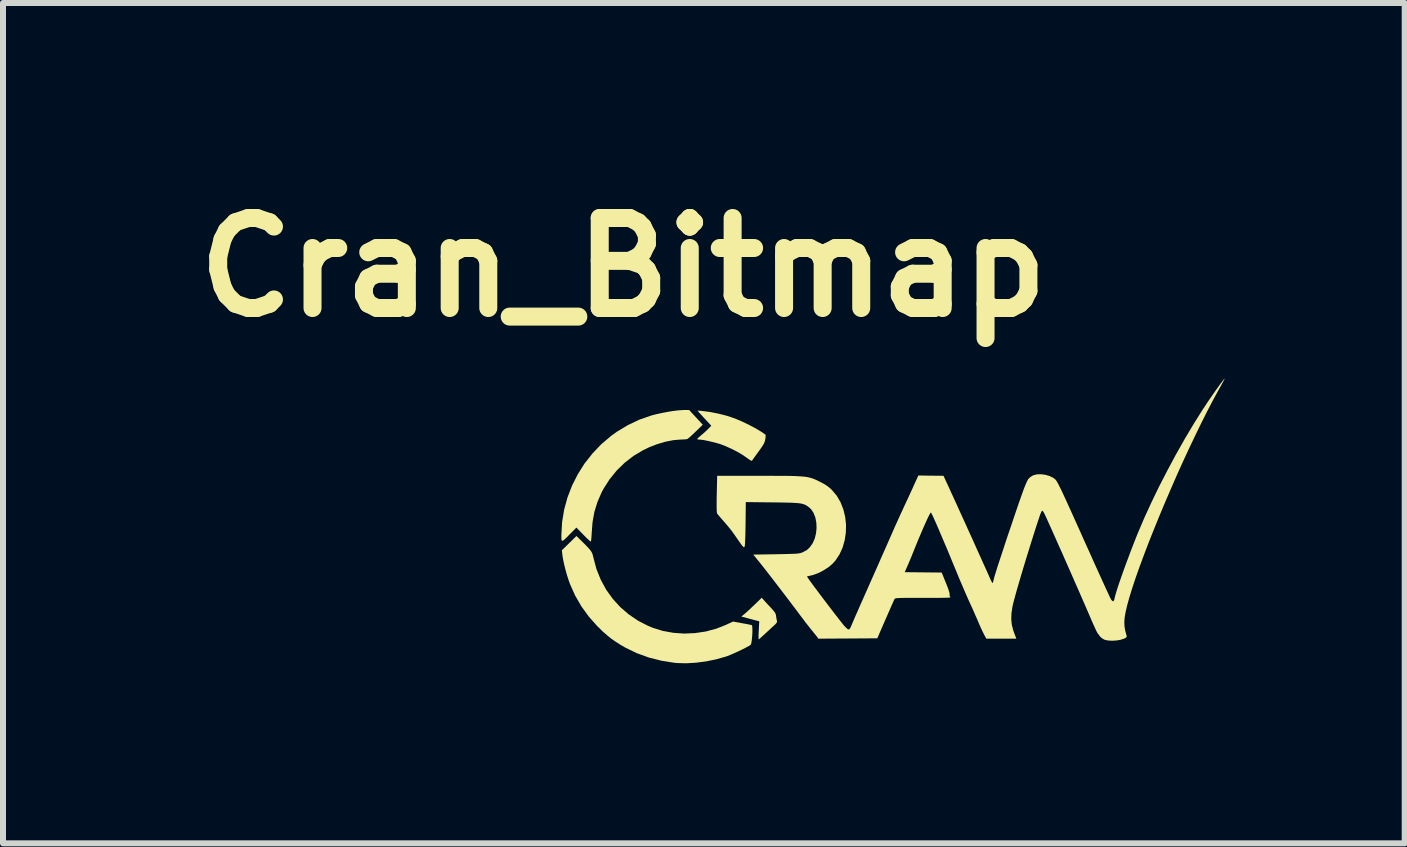
<source format=kicad_pcb>
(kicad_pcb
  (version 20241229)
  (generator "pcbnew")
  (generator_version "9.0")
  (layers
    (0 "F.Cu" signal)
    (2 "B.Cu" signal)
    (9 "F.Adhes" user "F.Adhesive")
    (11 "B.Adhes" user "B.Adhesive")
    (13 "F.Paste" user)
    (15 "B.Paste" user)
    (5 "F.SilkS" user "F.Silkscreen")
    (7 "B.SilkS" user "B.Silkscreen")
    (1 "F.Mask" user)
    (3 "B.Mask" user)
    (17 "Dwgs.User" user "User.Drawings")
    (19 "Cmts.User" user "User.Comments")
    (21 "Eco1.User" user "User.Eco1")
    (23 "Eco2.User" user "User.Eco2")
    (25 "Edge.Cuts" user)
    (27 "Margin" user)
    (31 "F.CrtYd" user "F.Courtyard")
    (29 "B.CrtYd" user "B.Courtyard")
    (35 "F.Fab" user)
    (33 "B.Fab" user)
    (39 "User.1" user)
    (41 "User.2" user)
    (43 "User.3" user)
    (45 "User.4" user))
  (footprint "Cran_Bitmap"
    (layer "F.Cu")
    (at 11.836 5.904)
    (property "Reference" "Cran_Bitmap" (at -4.5 -4.5 0) (layer "F.SilkS") (effects (font (size 1.5 1.5) (thickness 0.3))))
    (attr board_only exclude_from_pos_files exclude_from_bom)
    (fp_poly (pts (xy -2.143 1.063) (xy -2.109 1.1) (xy -2.067 1.145) (xy -2.027 1.188) (xy -2.026 1.19) (xy -1.991 1.229) (xy -1.97 1.258) (xy -1.959 1.285) (xy -1.954 1.313) (xy -1.949 1.351) (xy -1.942 1.384) (xy -1.94 1.391) (xy -1.939 1.408) (xy -1.947 1.426) (xy -1.97 1.451) (xy -1.994 1.473) (xy -2.031 1.507) (xy -2.077 1.55) (xy -2.125 1.594) (xy -2.147 1.615) (xy -2.185 1.649) (xy -2.216 1.677) (xy -2.237 1.695) (xy -2.244 1.7) (xy -2.246 1.689) (xy -2.246 1.659) (xy -2.246 1.614) (xy -2.243 1.559) (xy -2.243 1.549) (xy -2.235 1.399) (xy -2.385 1.359) (xy -2.534 1.319) (xy -2.483 1.278) (xy -2.455 1.254) (xy -2.416 1.219) (xy -2.37 1.176) (xy -2.322 1.13) (xy -2.313 1.122) (xy -2.194 1.006)) (stroke (width 0) (type solid)) (fill yes) (layer "F.SilkS"))
    (fp_poly (pts (xy -3.176 -2.105) (xy -3.054 -2.089) (xy -2.922 -2.063) (xy -2.793 -2.031) (xy -2.721 -2.009) (xy -2.619 -1.972) (xy -2.509 -1.925) (xy -2.399 -1.871) (xy -2.293 -1.815) (xy -2.198 -1.758) (xy -2.13 -1.711) (xy -2.128 -1.697) (xy -2.13 -1.667) (xy -2.134 -1.634) (xy -2.142 -1.603) (xy -2.153 -1.572) (xy -2.171 -1.539) (xy -2.198 -1.498) (xy -2.236 -1.444) (xy -2.243 -1.435) (xy -2.279 -1.385) (xy -2.31 -1.342) (xy -2.335 -1.308) (xy -2.349 -1.287) (xy -2.35 -1.285) (xy -2.358 -1.277) (xy -2.37 -1.278) (xy -2.39 -1.289) (xy -2.423 -1.312) (xy -2.445 -1.328) (xy -2.52 -1.379) (xy -2.611 -1.432) (xy -2.709 -1.481) (xy -2.808 -1.525) (xy -2.895 -1.557) (xy -2.964 -1.577) (xy -3.037 -1.595) (xy -3.108 -1.611) (xy -3.171 -1.623) (xy -3.221 -1.629) (xy -3.236 -1.629) (xy -3.26 -1.632) (xy -3.27 -1.638) (xy -3.261 -1.649) (xy -3.239 -1.671) (xy -3.207 -1.697) (xy -3.206 -1.699) (xy -3.162 -1.736) (xy -3.116 -1.778) (xy -3.088 -1.805) (xy -3.034 -1.86) (xy -3.126 -1.959) (xy -3.165 -2.001) (xy -3.2 -2.04) (xy -3.228 -2.07) (xy -3.241 -2.085) (xy -3.264 -2.113)) (stroke (width 0) (type solid)) (fill yes) (layer "F.SilkS"))
    (fp_poly (pts (xy -3.289 -1.999) (xy -3.176 -1.877) (xy -3.295 -1.762) (xy -3.339 -1.72) (xy -3.379 -1.683) (xy -3.41 -1.656) (xy -3.429 -1.641) (xy -3.432 -1.639) (xy -3.453 -1.635) (xy -3.49 -1.632) (xy -3.536 -1.63) (xy -3.546 -1.63) (xy -3.664 -1.62) (xy -3.793 -1.595) (xy -3.928 -1.556) (xy -4.064 -1.504) (xy -4.174 -1.451) (xy -4.331 -1.357) (xy -4.478 -1.243) (xy -4.612 -1.112) (xy -4.73 -0.966) (xy -4.83 -0.809) (xy -4.861 -0.752) (xy -4.931 -0.59) (xy -4.982 -0.425) (xy -5.013 -0.252) (xy -5.025 -0.097) (xy -5.029 -0.032) (xy -5.033 0.02) (xy -5.037 0.055) (xy -5.042 0.07) (xy -5.043 0.07) (xy -5.055 0.062) (xy -5.08 0.04) (xy -5.114 0.008) (xy -5.155 -0.033) (xy -5.168 -0.047) (xy -5.282 -0.163) (xy -5.386 -0.058) (xy -5.439 -0.004) (xy -5.477 0.032) (xy -5.503 0.053) (xy -5.519 0.058) (xy -5.528 0.048) (xy -5.532 0.022) (xy -5.532 -0.019) (xy -5.532 -0.044) (xy -5.52 -0.254) (xy -5.486 -0.462) (xy -5.43 -0.666) (xy -5.354 -0.863) (xy -5.258 -1.053) (xy -5.145 -1.232) (xy -5.013 -1.399) (xy -4.866 -1.553) (xy -4.703 -1.691) (xy -4.608 -1.76) (xy -4.423 -1.871) (xy -4.234 -1.961) (xy -4.035 -2.03) (xy -4.025 -2.033) (xy -3.945 -2.054) (xy -3.855 -2.073) (xy -3.762 -2.091) (xy -3.67 -2.106) (xy -3.587 -2.116) (xy -3.518 -2.121) (xy -3.498 -2.122) (xy -3.403 -2.122)) (stroke (width 0) (type solid)) (fill yes) (layer "F.SilkS"))
    (fp_poly (pts (xy -5.171 0.085) (xy -5.116 0.14) (xy -5.076 0.183) (xy -5.047 0.217) (xy -5.027 0.248) (xy -5.014 0.278) (xy -5.004 0.312) (xy -4.997 0.343) (xy -4.947 0.53) (xy -4.876 0.706) (xy -4.786 0.871) (xy -4.677 1.023) (xy -4.552 1.161) (xy -4.41 1.283) (xy -4.254 1.389) (xy -4.084 1.476) (xy -4.014 1.505) (xy -3.845 1.558) (xy -3.668 1.59) (xy -3.487 1.603) (xy -3.304 1.595) (xy -3.123 1.568) (xy -2.947 1.52) (xy -2.786 1.456) (xy -2.672 1.403) (xy -2.523 1.43) (xy -2.465 1.44) (xy -2.416 1.45) (xy -2.379 1.457) (xy -2.36 1.462) (xy -2.359 1.462) (xy -2.353 1.476) (xy -2.35 1.507) (xy -2.349 1.552) (xy -2.35 1.604) (xy -2.354 1.658) (xy -2.359 1.709) (xy -2.365 1.752) (xy -2.373 1.781) (xy -2.378 1.79) (xy -2.408 1.81) (xy -2.455 1.835) (xy -2.513 1.865) (xy -2.578 1.896) (xy -2.646 1.927) (xy -2.71 1.955) (xy -2.767 1.978) (xy -2.794 1.987) (xy -2.952 2.032) (xy -3.118 2.066) (xy -3.286 2.088) (xy -3.451 2.098) (xy -3.605 2.094) (xy -3.645 2.09) (xy -3.861 2.056) (xy -4.072 2.003) (xy -4.274 1.93) (xy -4.463 1.839) (xy -4.557 1.784) (xy -4.637 1.732) (xy -4.707 1.683) (xy -4.773 1.629) (xy -4.842 1.569) (xy -4.917 1.495) (xy -4.936 1.477) (xy -5.075 1.32) (xy -5.199 1.149) (xy -5.304 0.967) (xy -5.389 0.776) (xy -5.415 0.703) (xy -5.443 0.615) (xy -5.468 0.522) (xy -5.49 0.433) (xy -5.506 0.352) (xy -5.516 0.287) (xy -5.516 0.286) (xy -5.524 0.215) (xy -5.402 0.096) (xy -5.281 -0.023)) (stroke (width 0) (type solid)) (fill yes) (layer "F.SilkS"))
    (fp_poly (pts (xy 5.521 -2.646) (xy 5.515 -2.634) (xy 5.5 -2.605) (xy 5.477 -2.562) (xy 5.448 -2.509) (xy 5.414 -2.448) (xy 5.414 -2.448) (xy 5.322 -2.28) (xy 5.227 -2.097) (xy 5.129 -1.902) (xy 5.029 -1.696) (xy 4.927 -1.482) (xy 4.825 -1.262) (xy 4.724 -1.038) (xy 4.625 -0.811) (xy 4.527 -0.584) (xy 4.433 -0.359) (xy 4.343 -0.138) (xy 4.257 0.078) (xy 4.178 0.285) (xy 4.105 0.482) (xy 4.039 0.667) (xy 3.982 0.839) (xy 3.934 0.993) (xy 3.896 1.13) (xy 3.89 1.155) (xy 3.867 1.256) (xy 3.853 1.34) (xy 3.848 1.415) (xy 3.851 1.484) (xy 3.863 1.555) (xy 3.884 1.631) (xy 3.886 1.638) (xy 3.888 1.655) (xy 3.879 1.668) (xy 3.855 1.682) (xy 3.837 1.69) (xy 3.783 1.707) (xy 3.718 1.718) (xy 3.648 1.722) (xy 3.582 1.719) (xy 3.527 1.708) (xy 3.509 1.701) (xy 3.473 1.679) (xy 3.444 1.653) (xy 3.438 1.645) (xy 3.42 1.618) (xy 3.404 1.6) (xy 3.404 1.6) (xy 3.396 1.586) (xy 3.38 1.554) (xy 3.358 1.507) (xy 3.331 1.448) (xy 3.301 1.38) (xy 3.285 1.342) (xy 3.245 1.249) (xy 3.2 1.145) (xy 3.15 1.031) (xy 3.097 0.909) (xy 3.041 0.782) (xy 2.984 0.652) (xy 2.926 0.52) (xy 2.868 0.389) (xy 2.812 0.261) (xy 2.757 0.139) (xy 2.706 0.024) (xy 2.659 -0.082) (xy 2.616 -0.177) (xy 2.58 -0.257) (xy 2.551 -0.322) (xy 2.529 -0.369) (xy 2.519 -0.39) (xy 2.502 -0.421) (xy 2.488 -0.441) (xy 2.482 -0.445) (xy 2.476 -0.442) (xy 2.468 -0.431) (xy 2.458 -0.41) (xy 2.445 -0.377) (xy 2.429 -0.33) (xy 2.408 -0.267) (xy 2.381 -0.185) (xy 2.351 -0.09) (xy 2.302 0.064) (xy 2.255 0.216) (xy 2.209 0.364) (xy 2.166 0.506) (xy 2.126 0.64) (xy 2.09 0.764) (xy 2.057 0.876) (xy 2.03 0.974) (xy 2.008 1.055) (xy 1.992 1.119) (xy 1.983 1.16) (xy 1.967 1.27) (xy 1.964 1.366) (xy 1.973 1.456) (xy 1.997 1.548) (xy 2.016 1.602) (xy 2.049 1.688) (xy 1.799 1.688) (xy 1.549 1.688) (xy 1.515 1.626) (xy 1.497 1.591) (xy 1.473 1.541) (xy 1.446 1.482) (xy 1.421 1.424) (xy 1.397 1.367) (xy 1.365 1.295) (xy 1.33 1.215) (xy 1.293 1.133) (xy 1.262 1.066) (xy 1.229 0.992) (xy 1.19 0.902) (xy 1.148 0.804) (xy 1.104 0.701) (xy 1.063 0.602) (xy 1.039 0.544) (xy 0.988 0.421) (xy 0.938 0.299) (xy 0.889 0.181) (xy 0.841 0.069) (xy 0.796 -0.037) (xy 0.755 -0.133) (xy 0.718 -0.219) (xy 0.686 -0.291) (xy 0.66 -0.349) (xy 0.64 -0.389) (xy 0.628 -0.412) (xy 0.625 -0.415) (xy 0.615 -0.404) (xy 0.597 -0.372) (xy 0.573 -0.323) (xy 0.542 -0.256) (xy 0.506 -0.175) (xy 0.465 -0.08) (xy 0.42 0.025) (xy 0.373 0.141) (xy 0.33 0.247) (xy 0.304 0.312) (xy 0.276 0.379) (xy 0.25 0.441) (xy 0.23 0.486) (xy 0.189 0.58) (xy 0.497 0.583) (xy 0.805 0.586) (xy 0.876 0.761) (xy 0.905 0.834) (xy 0.925 0.892) (xy 0.936 0.931) (xy 0.937 0.95) (xy 0.937 0.951) (xy 0.936 0.972) (xy 0.946 0.988) (xy 0.95 0.993) (xy 0.95 0.997) (xy 0.944 1) (xy 0.93 1.003) (xy 0.905 1.005) (xy 0.869 1.006) (xy 0.818 1.007) (xy 0.751 1.008) (xy 0.665 1.008) (xy 0.559 1.008) (xy 0.498 1.008) (xy 0.381 1.008) (xy 0.285 1.008) (xy 0.208 1.008) (xy 0.148 1.009) (xy 0.103 1.01) (xy 0.07 1.012) (xy 0.047 1.014) (xy 0.033 1.018) (xy 0.024 1.022) (xy 0.02 1.027) (xy 0.019 1.028) (xy 0.011 1.044) (xy -0.004 1.078) (xy -0.027 1.128) (xy -0.054 1.191) (xy -0.086 1.264) (xy -0.121 1.344) (xy -0.131 1.366) (xy -0.268 1.682) (xy -0.759 1.685) (xy -1.25 1.688) (xy -1.277 1.65) (xy -1.3 1.621) (xy -1.331 1.583) (xy -1.36 1.547) (xy -1.382 1.521) (xy -1.415 1.478) (xy -1.458 1.424) (xy -1.506 1.36) (xy -1.559 1.29) (xy -1.612 1.219) (xy -1.68 1.129) (xy -1.754 1.031) (xy -1.831 0.93) (xy -1.909 0.828) (xy -1.986 0.728) (xy -2.06 0.632) (xy -2.128 0.545) (xy -2.188 0.468) (xy -2.238 0.405) (xy -2.268 0.369) (xy -2.335 0.287) (xy -1.956 0.281) (xy -1.851 0.279) (xy -1.766 0.277) (xy -1.7 0.275) (xy -1.648 0.273) (xy -1.608 0.271) (xy -1.578 0.267) (xy -1.554 0.263) (xy -1.534 0.257) (xy -1.515 0.25) (xy -1.51 0.248) (xy -1.44 0.21) (xy -1.392 0.165) (xy -1.345 0.098) (xy -1.31 0.019) (xy -1.289 -0.067) (xy -1.28 -0.157) (xy -1.284 -0.246) (xy -1.3 -0.33) (xy -1.329 -0.406) (xy -1.37 -0.468) (xy -1.409 -0.504) (xy -1.434 -0.522) (xy -1.459 -0.537) (xy -1.485 -0.549) (xy -1.514 -0.558) (xy -1.551 -0.566) (xy -1.596 -0.571) (xy -1.652 -0.575) (xy -1.723 -0.578) (xy -1.81 -0.58) (xy -1.915 -0.582) (xy -2.018 -0.583) (xy -2.459 -0.588) (xy -2.463 -0.227) (xy -2.465 -0.113) (xy -2.467 -0.018) (xy -2.47 0.057) (xy -2.473 0.113) (xy -2.477 0.146) (xy -2.48 0.156) (xy -2.485 0.162) (xy -2.491 0.164) (xy -2.5 0.158) (xy -2.514 0.144) (xy -2.534 0.119) (xy -2.561 0.081) (xy -2.598 0.028) (xy -2.646 -0.041) (xy -2.67 -0.074) (xy -2.697 -0.112) (xy -2.736 -0.161) (xy -2.78 -0.214) (xy -2.822 -0.262) (xy -2.861 -0.307) (xy -2.896 -0.347) (xy -2.922 -0.378) (xy -2.936 -0.396) (xy -2.937 -0.397) (xy -2.941 -0.414) (xy -2.944 -0.45) (xy -2.945 -0.507) (xy -2.945 -0.585) (xy -2.944 -0.686) (xy -2.943 -0.721) (xy -2.936 -1.026) (xy -2.233 -1.026) (xy -2.076 -1.026) (xy -1.94 -1.025) (xy -1.824 -1.025) (xy -1.725 -1.024) (xy -1.641 -1.022) (xy -1.571 -1.018) (xy -1.511 -1.014) (xy -1.461 -1.009) (xy -1.418 -1.001) (xy -1.38 -0.992) (xy -1.346 -0.981) (xy -1.312 -0.968) (xy -1.277 -0.953) (xy -1.24 -0.934) (xy -1.222 -0.926) (xy -1.155 -0.89) (xy -1.102 -0.856) (xy -1.054 -0.818) (xy -1.023 -0.788) (xy -0.943 -0.693) (xy -0.88 -0.585) (xy -0.834 -0.467) (xy -0.803 -0.341) (xy -0.789 -0.212) (xy -0.792 -0.081) (xy -0.811 0.047) (xy -0.846 0.17) (xy -0.898 0.284) (xy -0.966 0.387) (xy -1.015 0.441) (xy -1.08 0.496) (xy -1.161 0.548) (xy -1.247 0.593) (xy -1.332 0.625) (xy -1.368 0.634) (xy -1.404 0.642) (xy -1.431 0.649) (xy -1.44 0.651) (xy -1.434 0.661) (xy -1.416 0.688) (xy -1.388 0.728) (xy -1.35 0.78) (xy -1.304 0.842) (xy -1.253 0.91) (xy -1.198 0.984) (xy -1.14 1.06) (xy -1.082 1.136) (xy -1.025 1.211) (xy -0.971 1.281) (xy -0.922 1.344) (xy -0.879 1.399) (xy -0.844 1.443) (xy -0.819 1.474) (xy -0.807 1.486) (xy -0.777 1.516) (xy -0.755 1.533) (xy -0.738 1.534) (xy -0.723 1.518) (xy -0.706 1.484) (xy -0.684 1.432) (xy -0.673 1.406) (xy -0.654 1.361) (xy -0.627 1.299) (xy -0.593 1.223) (xy -0.555 1.135) (xy -0.512 1.039) (xy -0.466 0.935) (xy -0.418 0.827) (xy -0.413 0.815) (xy -0.361 0.698) (xy -0.308 0.578) (xy -0.255 0.459) (xy -0.205 0.344) (xy -0.157 0.237) (xy -0.115 0.142) (xy -0.08 0.062) (xy -0.058 0.012) (xy -0.018 -0.079) (xy 0.026 -0.179) (xy 0.072 -0.281) (xy 0.116 -0.378) (xy 0.155 -0.461) (xy 0.161 -0.475) (xy 0.198 -0.556) (xy 0.239 -0.643) (xy 0.279 -0.73) (xy 0.315 -0.808) (xy 0.34 -0.864) (xy 0.416 -1.031) (xy 0.626 -1.028) (xy 0.835 -1.026) (xy 0.911 -0.862) (xy 0.956 -0.763) (xy 1.008 -0.65) (xy 1.065 -0.525) (xy 1.126 -0.39) (xy 1.19 -0.251) (xy 1.254 -0.108) (xy 1.319 0.034) (xy 1.381 0.173) (xy 1.441 0.306) (xy 1.496 0.428) (xy 1.546 0.538) (xy 1.588 0.632) (xy 1.615 0.694) (xy 1.632 0.729) (xy 1.645 0.754) (xy 1.652 0.762) (xy 1.658 0.751) (xy 1.667 0.723) (xy 1.676 0.684) (xy 1.678 0.677) (xy 1.685 0.65) (xy 1.699 0.604) (xy 1.719 0.54) (xy 1.744 0.461) (xy 1.774 0.37) (xy 1.808 0.268) (xy 1.844 0.158) (xy 1.882 0.042) (xy 1.922 -0.077) (xy 1.963 -0.197) (xy 2.003 -0.316) (xy 2.042 -0.431) (xy 2.079 -0.54) (xy 2.114 -0.64) (xy 2.146 -0.73) (xy 2.151 -0.744) (xy 2.175 -0.81) (xy 2.199 -0.87) (xy 2.221 -0.921) (xy 2.239 -0.957) (xy 2.247 -0.971) (xy 2.277 -1.001) (xy 2.316 -1.027) (xy 2.331 -1.034) (xy 2.39 -1.05) (xy 2.461 -1.052) (xy 2.535 -1.042) (xy 2.606 -1.021) (xy 2.667 -0.99) (xy 2.694 -0.969) (xy 2.704 -0.959) (xy 2.715 -0.945) (xy 2.727 -0.925) (xy 2.743 -0.897) (xy 2.761 -0.862) (xy 2.784 -0.816) (xy 2.812 -0.759) (xy 2.844 -0.689) (xy 2.883 -0.605) (xy 2.929 -0.504) (xy 2.982 -0.387) (xy 3.043 -0.251) (xy 3.106 -0.111) (xy 3.19 0.077) (xy 3.266 0.244) (xy 3.332 0.393) (xy 3.391 0.523) (xy 3.442 0.635) (xy 3.486 0.732) (xy 3.523 0.813) (xy 3.554 0.88) (xy 3.579 0.934) (xy 3.598 0.976) (xy 3.613 1.007) (xy 3.624 1.028) (xy 3.631 1.04) (xy 3.631 1.04) (xy 3.651 1.063) (xy 3.668 1.062) (xy 3.681 1.039) (xy 3.685 1.017) (xy 3.694 0.979) (xy 3.71 0.923) (xy 3.733 0.849) (xy 3.762 0.762) (xy 3.796 0.664) (xy 3.834 0.556) (xy 3.875 0.443) (xy 3.919 0.326) (xy 3.963 0.208) (xy 4.008 0.092) (xy 4.052 -0.019) (xy 4.075 -0.075) (xy 4.179 -0.32) (xy 4.297 -0.577) (xy 4.425 -0.842) (xy 4.563 -1.11) (xy 4.706 -1.377) (xy 4.853 -1.637) (xy 5.001 -1.886) (xy 5.147 -2.119) (xy 5.189 -2.182) (xy 5.234 -2.251) (xy 5.282 -2.321) (xy 5.33 -2.39) (xy 5.376 -2.456) (xy 5.419 -2.516) (xy 5.456 -2.567) (xy 5.487 -2.608) (xy 5.508 -2.635) (xy 5.52 -2.647)) (stroke (width 0) (type solid)) (fill yes) (layer "F.SilkS")))
  (gr_rect
    (start -3 -3)
    (end 20.356 11.002)
    (stroke (width 0.1) (type default))
    (fill no)
    (layer "Edge.Cuts")))
</source>
